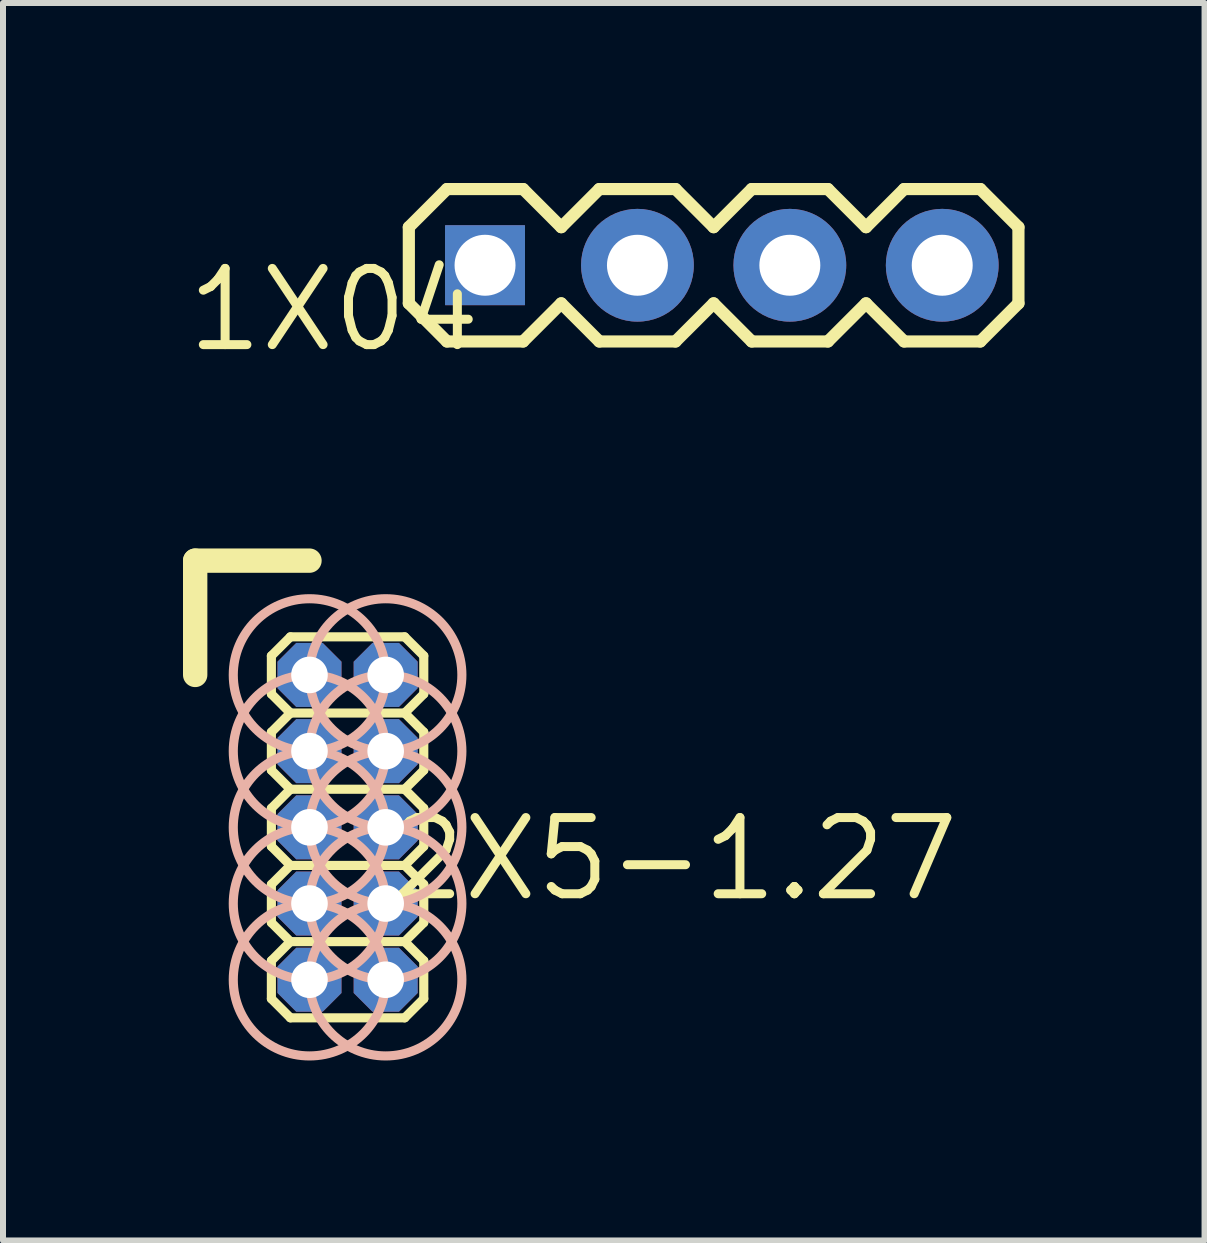
<source format=kicad_pcb>
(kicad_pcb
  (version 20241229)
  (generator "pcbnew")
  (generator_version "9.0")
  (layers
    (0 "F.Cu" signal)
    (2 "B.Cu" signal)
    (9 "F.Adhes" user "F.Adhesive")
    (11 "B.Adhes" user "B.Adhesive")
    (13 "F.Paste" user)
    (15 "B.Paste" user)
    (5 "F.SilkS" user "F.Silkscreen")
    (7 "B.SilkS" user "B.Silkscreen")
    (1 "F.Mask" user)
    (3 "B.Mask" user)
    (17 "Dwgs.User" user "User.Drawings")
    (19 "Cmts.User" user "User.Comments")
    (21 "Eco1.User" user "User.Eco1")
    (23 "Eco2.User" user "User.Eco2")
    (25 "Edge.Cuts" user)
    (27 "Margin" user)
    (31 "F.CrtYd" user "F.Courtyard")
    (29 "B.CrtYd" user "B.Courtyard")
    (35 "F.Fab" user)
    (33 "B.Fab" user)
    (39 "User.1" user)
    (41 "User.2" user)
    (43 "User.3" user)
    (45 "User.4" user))
  (footprint "1X04"
    (layer "F.Cu")
    (at 5.034 1.371)
    (property "Reference" "1X04" (at 0 0 0) (layer "F.SilkS") (effects (font (size 1.27 1.27) (thickness 0.15)) (justify right top)))
    (fp_poly (pts (xy -0.665 0.664) (xy -0.665 -0.664) (xy 0.665 -0.664) (xy 0.665 0.664)) (stroke (width 0) (type default)) (fill yes) (layer "F.Cu"))
    (fp_circle (center 2.54 0) (end 2.54 0) (stroke (width 0) (type solid)) (fill yes) (layer "F.Mask"))
    (fp_circle (center 5.08 0) (end 5.08 0) (stroke (width 0) (type solid)) (fill yes) (layer "F.Mask"))
    (fp_circle (center 7.62 0) (end 7.62 0) (stroke (width 0) (type solid)) (fill yes) (layer "F.Mask"))
    (fp_poly (pts (xy -0.665 0.664) (xy -0.665 -0.664) (xy 0.665 -0.664) (xy 0.665 0.664)) (stroke (width 0) (type default)) (fill yes) (layer "F.Mask"))
    (fp_poly (pts (xy -0.665 0.664) (xy -0.665 -0.664) (xy 0.665 -0.664) (xy 0.665 0.664)) (stroke (width 0) (type default)) (fill yes) (layer "B.Cu"))
    (fp_circle (center 2.54 0) (end 2.54 0) (stroke (width 0) (type solid)) (fill yes) (layer "B.Mask"))
    (fp_circle (center 5.08 0) (end 5.08 0) (stroke (width 0) (type solid)) (fill yes) (layer "B.Mask"))
    (fp_circle (center 7.62 0) (end 7.62 0) (stroke (width 0) (type solid)) (fill yes) (layer "B.Mask"))
    (fp_poly (pts (xy -0.665 0.664) (xy -0.665 -0.664) (xy 0.665 -0.664) (xy 0.665 0.664)) (stroke (width 0) (type default)) (fill yes) (layer "B.Mask"))
    (fp_line (start -1.27 -0.635) (end -1.27 0.635) (stroke (width 0.203) (type solid)) (layer "F.SilkS"))
    (fp_line (start -1.27 0.635) (end -0.635 1.27) (stroke (width 0.203) (type solid)) (layer "F.SilkS"))
    (fp_line (start -0.635 -1.27) (end -1.27 -0.635) (stroke (width 0.203) (type solid)) (layer "F.SilkS"))
    (fp_line (start -0.635 -1.27) (end 0.635 -1.27) (stroke (width 0.203) (type solid)) (layer "F.SilkS"))
    (fp_line (start 0.635 -1.27) (end 1.27 -0.635) (stroke (width 0.203) (type solid)) (layer "F.SilkS"))
    (fp_line (start 0.635 1.27) (end -0.635 1.27) (stroke (width 0.203) (type solid)) (layer "F.SilkS"))
    (fp_line (start 1.27 -0.635) (end 1.905 -1.27) (stroke (width 0.203) (type solid)) (layer "F.SilkS"))
    (fp_line (start 1.27 0.635) (end 0.635 1.27) (stroke (width 0.203) (type solid)) (layer "F.SilkS"))
    (fp_line (start 1.905 -1.27) (end 3.175 -1.27) (stroke (width 0.203) (type solid)) (layer "F.SilkS"))
    (fp_line (start 1.905 1.27) (end 1.27 0.635) (stroke (width 0.203) (type solid)) (layer "F.SilkS"))
    (fp_line (start 3.175 -1.27) (end 3.81 -0.635) (stroke (width 0.203) (type solid)) (layer "F.SilkS"))
    (fp_line (start 3.175 1.27) (end 1.905 1.27) (stroke (width 0.203) (type solid)) (layer "F.SilkS"))
    (fp_line (start 3.81 -0.635) (end 4.445 -1.27) (stroke (width 0.203) (type solid)) (layer "F.SilkS"))
    (fp_line (start 3.81 0.635) (end 3.175 1.27) (stroke (width 0.203) (type solid)) (layer "F.SilkS"))
    (fp_line (start 4.445 -1.27) (end 5.715 -1.27) (stroke (width 0.203) (type solid)) (layer "F.SilkS"))
    (fp_line (start 4.445 1.27) (end 3.81 0.635) (stroke (width 0.203) (type solid)) (layer "F.SilkS"))
    (fp_line (start 5.715 -1.27) (end 6.35 -0.635) (stroke (width 0.203) (type solid)) (layer "F.SilkS"))
    (fp_line (start 5.715 1.27) (end 4.445 1.27) (stroke (width 0.203) (type solid)) (layer "F.SilkS"))
    (fp_line (start 6.35 0.635) (end 5.715 1.27) (stroke (width 0.203) (type solid)) (layer "F.SilkS"))
    (fp_line (start 6.35 0.635) (end 6.985 1.27) (stroke (width 0.203) (type solid)) (layer "F.SilkS"))
    (fp_line (start 6.985 -1.27) (end 6.35 -0.635) (stroke (width 0.203) (type solid)) (layer "F.SilkS"))
    (fp_line (start 6.985 -1.27) (end 8.255 -1.27) (stroke (width 0.203) (type solid)) (layer "F.SilkS"))
    (fp_line (start 8.255 -1.27) (end 8.89 -0.635) (stroke (width 0.203) (type solid)) (layer "F.SilkS"))
    (fp_line (start 8.255 1.27) (end 6.985 1.27) (stroke (width 0.203) (type solid)) (layer "F.SilkS"))
    (fp_line (start 8.89 -0.635) (end 8.89 0.635) (stroke (width 0.203) (type solid)) (layer "F.SilkS"))
    (fp_line (start 8.89 0.635) (end 8.255 1.27) (stroke (width 0.203) (type solid)) (layer "F.SilkS"))
    (fp_poly (pts (xy 0.254 -0.254) (xy -0.254 -0.254) (xy -0.254 0.255) (xy 0.254 0.255)) (stroke (width 0.1) (type default)) (fill no) (layer "F.Fab"))
    (fp_poly (pts (xy 2.794 -0.254) (xy 2.286 -0.254) (xy 2.286 0.255) (xy 2.794 0.255)) (stroke (width 0.1) (type default)) (fill no) (layer "F.Fab"))
    (fp_poly (pts (xy 5.334 -0.254) (xy 4.826 -0.254) (xy 4.826 0.255) (xy 5.334 0.255)) (stroke (width 0.1) (type default)) (fill no) (layer "F.Fab"))
    (fp_poly (pts (xy 7.874 -0.254) (xy 7.366 -0.254) (xy 7.366 0.255) (xy 7.874 0.255)) (stroke (width 0.1) (type default)) (fill no) (layer "F.Fab"))
    (pad "1" thru_hole rect (at 0 0 270) (size 1.328 1.328) (drill 1.016) (layers "*.Cu"))
    (pad "2" thru_hole circle (at 2.54 0 180) (size 1.88 1.88) (drill 1.016) (layers "*.Cu"))
    (pad "3" thru_hole circle (at 5.08 0 180) (size 1.88 1.88) (drill 1.016) (layers "*.Cu"))
    (pad "4" thru_hole circle (at 7.62 0 180) (size 1.88 1.88) (drill 1.016) (layers "*.Cu")))
  (footprint "2X5-1.27"
    (layer "F.Cu")
    (at 3.378 12.009)
    (property "Reference" "2X5-1.27" (at 0 0 0) (layer "F.SilkS") (effects (font (size 1.27 1.27) (thickness 0.15)) (justify left bottom)))
    (fp_line (start -3.175 -5.715) (end -1.27 -5.715) (stroke (width 0.406) (type solid)) (layer "F.SilkS"))
    (fp_line (start -3.175 -3.81) (end -3.175 -5.715) (stroke (width 0.406) (type solid)) (layer "F.SilkS"))
    (fp_line (start -1.905 -4.128) (end -1.905 -3.493) (stroke (width 0.152) (type solid)) (layer "F.SilkS"))
    (fp_line (start -1.905 -3.493) (end -1.588 -3.175) (stroke (width 0.152) (type solid)) (layer "F.SilkS"))
    (fp_line (start -1.905 -2.857) (end -1.905 -2.222) (stroke (width 0.152) (type solid)) (layer "F.SilkS"))
    (fp_line (start -1.905 -2.222) (end -1.588 -1.905) (stroke (width 0.152) (type solid)) (layer "F.SilkS"))
    (fp_line (start -1.905 -1.587) (end -1.905 -0.953) (stroke (width 0.152) (type solid)) (layer "F.SilkS"))
    (fp_line (start -1.905 -0.953) (end -1.588 -0.635) (stroke (width 0.152) (type solid)) (layer "F.SilkS"))
    (fp_line (start -1.905 -0.318) (end -1.905 0.318) (stroke (width 0.152) (type solid)) (layer "F.SilkS"))
    (fp_line (start -1.905 0.318) (end -1.588 0.635) (stroke (width 0.152) (type solid)) (layer "F.SilkS"))
    (fp_line (start -1.905 0.953) (end -1.905 1.587) (stroke (width 0.152) (type solid)) (layer "F.SilkS"))
    (fp_line (start -1.905 1.587) (end -1.588 1.905) (stroke (width 0.152) (type solid)) (layer "F.SilkS"))
    (fp_line (start -1.588 -4.445) (end -1.905 -4.128) (stroke (width 0.152) (type solid)) (layer "F.SilkS"))
    (fp_line (start -1.588 -4.445) (end 0.317 -4.445) (stroke (width 0.152) (type solid)) (layer "F.SilkS"))
    (fp_line (start -1.588 -3.175) (end -1.905 -2.857) (stroke (width 0.152) (type solid)) (layer "F.SilkS"))
    (fp_line (start -1.588 -1.905) (end -1.905 -1.587) (stroke (width 0.152) (type solid)) (layer "F.SilkS"))
    (fp_line (start -1.588 -0.635) (end -1.905 -0.318) (stroke (width 0.152) (type solid)) (layer "F.SilkS"))
    (fp_line (start -1.588 0.635) (end -1.905 0.953) (stroke (width 0.152) (type solid)) (layer "F.SilkS"))
    (fp_line (start 0.317 -4.445) (end 0.635 -4.128) (stroke (width 0.152) (type solid)) (layer "F.SilkS"))
    (fp_line (start 0.317 -3.175) (end -1.588 -3.175) (stroke (width 0.152) (type solid)) (layer "F.SilkS"))
    (fp_line (start 0.317 -3.175) (end 0.635 -2.857) (stroke (width 0.152) (type solid)) (layer "F.SilkS"))
    (fp_line (start 0.317 -1.905) (end -1.588 -1.905) (stroke (width 0.152) (type solid)) (layer "F.SilkS"))
    (fp_line (start 0.317 -1.905) (end 0.635 -1.587) (stroke (width 0.152) (type solid)) (layer "F.SilkS"))
    (fp_line (start 0.317 -0.635) (end -1.588 -0.635) (stroke (width 0.152) (type solid)) (layer "F.SilkS"))
    (fp_line (start 0.317 -0.635) (end 0.635 -0.318) (stroke (width 0.152) (type solid)) (layer "F.SilkS"))
    (fp_line (start 0.317 0.635) (end -1.588 0.635) (stroke (width 0.152) (type solid)) (layer "F.SilkS"))
    (fp_line (start 0.317 0.635) (end 0.635 0.953) (stroke (width 0.152) (type solid)) (layer "F.SilkS"))
    (fp_line (start 0.317 1.905) (end -1.588 1.905) (stroke (width 0.152) (type solid)) (layer "F.SilkS"))
    (fp_line (start 0.635 -4.128) (end 0.635 -3.493) (stroke (width 0.152) (type solid)) (layer "F.SilkS"))
    (fp_line (start 0.635 -3.493) (end 0.317 -3.175) (stroke (width 0.152) (type solid)) (layer "F.SilkS"))
    (fp_line (start 0.635 -2.857) (end 0.635 -2.222) (stroke (width 0.152) (type solid)) (layer "F.SilkS"))
    (fp_line (start 0.635 -2.222) (end 0.317 -1.905) (stroke (width 0.152) (type solid)) (layer "F.SilkS"))
    (fp_line (start 0.635 -1.587) (end 0.635 -0.953) (stroke (width 0.152) (type solid)) (layer "F.SilkS"))
    (fp_line (start 0.635 -0.953) (end 0.317 -0.635) (stroke (width 0.152) (type solid)) (layer "F.SilkS"))
    (fp_line (start 0.635 -0.318) (end 0.635 0.318) (stroke (width 0.152) (type solid)) (layer "F.SilkS"))
    (fp_line (start 0.635 0.318) (end 0.317 0.635) (stroke (width 0.152) (type solid)) (layer "F.SilkS"))
    (fp_line (start 0.635 0.953) (end 0.635 1.587) (stroke (width 0.152) (type solid)) (layer "F.SilkS"))
    (fp_line (start 0.635 1.587) (end 0.317 1.905) (stroke (width 0.152) (type solid)) (layer "F.SilkS"))
    (fp_circle (center -1.27 -3.81) (end 0 -3.81) (stroke (width 0.152) (type solid)) (fill no) (layer "B.SilkS"))
    (fp_circle (center -1.27 -2.54) (end 0 -2.54) (stroke (width 0.152) (type solid)) (fill no) (layer "B.SilkS"))
    (fp_circle (center -1.27 -1.27) (end 0 -1.27) (stroke (width 0.152) (type solid)) (fill no) (layer "B.SilkS"))
    (fp_circle (center -1.27 0) (end 0 0) (stroke (width 0.152) (type solid)) (fill no) (layer "B.SilkS"))
    (fp_circle (center -1.27 1.27) (end 0 1.27) (stroke (width 0.152) (type solid)) (fill no) (layer "B.SilkS"))
    (fp_circle (center 0 -3.81) (end 1.27 -3.81) (stroke (width 0.152) (type solid)) (fill no) (layer "B.SilkS"))
    (fp_circle (center 0 -2.54) (end 1.27 -2.54) (stroke (width 0.152) (type solid)) (fill no) (layer "B.SilkS"))
    (fp_circle (center 0 -1.27) (end 1.27 -1.27) (stroke (width 0.152) (type solid)) (fill no) (layer "B.SilkS"))
    (fp_circle (center 0 0) (end 1.27 0) (stroke (width 0.152) (type solid)) (fill no) (layer "B.SilkS"))
    (fp_circle (center 0 1.27) (end 1.27 1.27) (stroke (width 0.152) (type solid)) (fill no) (layer "B.SilkS"))
    (fp_poly (pts (xy -1.397 -3.683) (xy -1.143 -3.683) (xy -1.143 -3.937) (xy -1.397 -3.937)) (stroke (width 0.1) (type default)) (fill no) (layer "F.Fab"))
    (fp_poly (pts (xy -1.397 -2.413) (xy -1.143 -2.413) (xy -1.143 -2.667) (xy -1.397 -2.667)) (stroke (width 0.1) (type default)) (fill no) (layer "F.Fab"))
    (fp_poly (pts (xy -1.397 -1.143) (xy -1.143 -1.143) (xy -1.143 -1.397) (xy -1.397 -1.397)) (stroke (width 0.1) (type default)) (fill no) (layer "F.Fab"))
    (fp_poly (pts (xy -1.397 0.127) (xy -1.143 0.127) (xy -1.143 -0.127) (xy -1.397 -0.127)) (stroke (width 0.1) (type default)) (fill no) (layer "F.Fab"))
    (fp_poly (pts (xy -1.397 1.397) (xy -1.143 1.397) (xy -1.143 1.143) (xy -1.397 1.143)) (stroke (width 0.1) (type default)) (fill no) (layer "F.Fab"))
    (fp_poly (pts (xy -0.127 -3.683) (xy 0.127 -3.683) (xy 0.127 -3.937) (xy -0.127 -3.937)) (stroke (width 0.1) (type default)) (fill no) (layer "F.Fab"))
    (fp_poly (pts (xy -0.127 -2.413) (xy 0.127 -2.413) (xy 0.127 -2.667) (xy -0.127 -2.667)) (stroke (width 0.1) (type default)) (fill no) (layer "F.Fab"))
    (fp_poly (pts (xy -0.127 -1.143) (xy 0.127 -1.143) (xy 0.127 -1.397) (xy -0.127 -1.397)) (stroke (width 0.1) (type default)) (fill no) (layer "F.Fab"))
    (fp_poly (pts (xy -0.127 0.127) (xy 0.127 0.127) (xy 0.127 -0.127) (xy -0.127 -0.127)) (stroke (width 0.1) (type default)) (fill no) (layer "F.Fab"))
    (fp_poly (pts (xy -0.127 1.397) (xy 0.127 1.397) (xy 0.127 1.143) (xy -0.127 1.143)) (stroke (width 0.1) (type default)) (fill no) (layer "F.Fab"))
    (pad "1" thru_hole roundrect (at -1.27 -3.81 270) (size 1.067 1.067) (drill 0.61) (layers "*.Cu" "*.Mask") (roundrect_rratio 0.25) (chamfer_ratio 0.293) (chamfer top_left top_right bottom_left bottom_right))
    (pad "2" thru_hole roundrect (at 0 -3.81 270) (size 1.067 1.067) (drill 0.61) (layers "*.Cu" "*.Mask") (roundrect_rratio 0.25) (chamfer_ratio 0.293) (chamfer top_left top_right bottom_left bottom_right))
    (pad "3" thru_hole roundrect (at -1.27 -2.54 270) (size 1.067 1.067) (drill 0.61) (layers "*.Cu" "*.Mask") (roundrect_rratio 0.25) (chamfer_ratio 0.293) (chamfer top_left top_right bottom_left bottom_right))
    (pad "4" thru_hole roundrect (at 0 -2.54 270) (size 1.067 1.067) (drill 0.61) (layers "*.Cu" "*.Mask") (roundrect_rratio 0.25) (chamfer_ratio 0.293) (chamfer top_left top_right bottom_left bottom_right))
    (pad "5" thru_hole roundrect (at -1.27 -1.27 270) (size 1.067 1.067) (drill 0.61) (layers "*.Cu" "*.Mask") (roundrect_rratio 0.25) (chamfer_ratio 0.293) (chamfer top_left top_right bottom_left bottom_right))
    (pad "6" thru_hole roundrect (at 0 -1.27 270) (size 1.067 1.067) (drill 0.61) (layers "*.Cu" "*.Mask") (roundrect_rratio 0.25) (chamfer_ratio 0.293) (chamfer top_left top_right bottom_left bottom_right))
    (pad "7" thru_hole roundrect (at -1.27 0 270) (size 1.067 1.067) (drill 0.61) (layers "*.Cu" "*.Mask") (roundrect_rratio 0.25) (chamfer_ratio 0.293) (chamfer top_left top_right bottom_left bottom_right))
    (pad "8" thru_hole roundrect (at 0 0 270) (size 1.067 1.067) (drill 0.61) (layers "*.Cu" "*.Mask") (roundrect_rratio 0.25) (chamfer_ratio 0.293) (chamfer top_left top_right bottom_left bottom_right))
    (pad "9" thru_hole roundrect (at -1.27 1.27 270) (size 1.067 1.067) (drill 0.61) (layers "*.Cu" "*.Mask") (roundrect_rratio 0.25) (chamfer_ratio 0.293) (chamfer top_left top_right bottom_left bottom_right))
    (pad "10" thru_hole roundrect (at 0 1.27 270) (size 1.067 1.067) (drill 0.61) (layers "*.Cu" "*.Mask") (roundrect_rratio 0.25) (chamfer_ratio 0.293) (chamfer top_left top_right bottom_left bottom_right)))
  (gr_rect
    (start -3 -3)
    (end 17.026 17.625)
    (stroke (width 0.1) (type default))
    (fill no)
    (layer "Edge.Cuts")))
</source>
